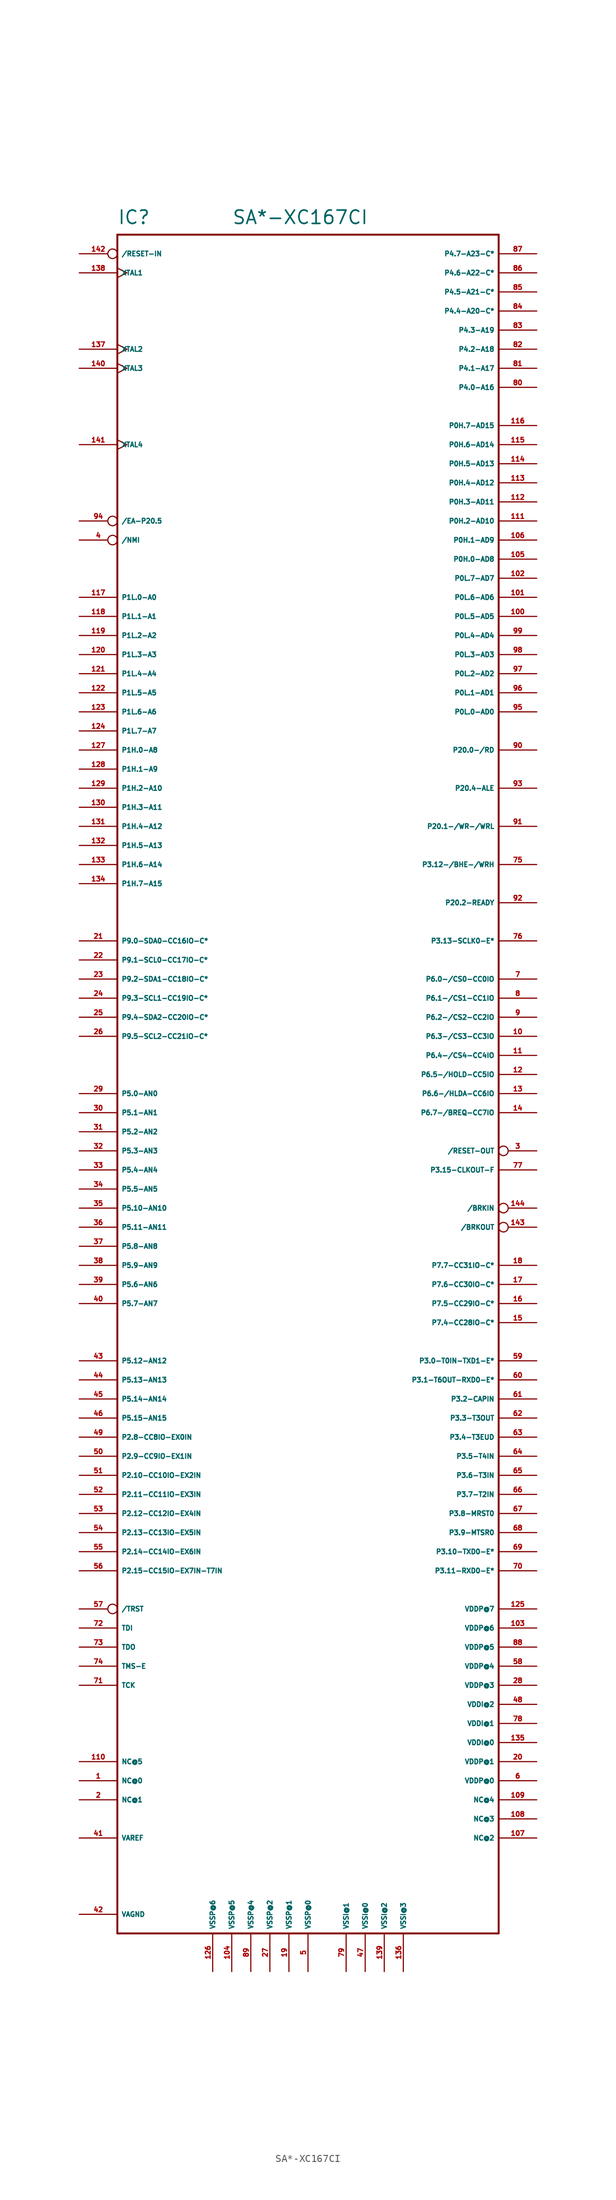
<source format=kicad_sym>
(kicad_symbol_lib
  (version 20220914)
  (generator Eagle2Kicad)
  (symbol "SA*-XC167CI"
    (property "Reference" "IC"
      (at -25.4 120.65 0)
      (effects (font (size 1.778 1.778) (thickness 0.22)) (justify left bottom)))
    (property "Value" "SA*-XC167CI"
      (at -10.16 120.65 0)
      (effects (font (size 1.778 1.778) (thickness 0.22)) (justify left bottom)))
    (polyline
      (pts (xy -25.4 119.38) (xy 25.4 119.38))
      (stroke (width 0.254) (type default))
      (fill (type none)))
    (polyline
      (pts (xy 25.4 119.38) (xy 25.4 -106.68))
      (stroke (width 0.254) (type default))
      (fill (type none)))
    (polyline
      (pts (xy 25.4 -106.68) (xy -25.4 -106.68))
      (stroke (width 0.254) (type default))
      (fill (type none)))
    (polyline
      (pts (xy -25.4 -106.68) (xy -25.4 119.38))
      (stroke (width 0.254) (type default))
      (fill (type none)))
    (pin bidirectional inverted
      (at 30.48 -10.16 180)
      (length 5.08)
      (name "/BRKIN" (effects (font (size 0.635 0.635) (thickness 0.08)) (justify left bottom)))
      (number "144" (effects (font (size 0.635 0.635) (thickness 0.08)) (justify left bottom))))
    (pin bidirectional inverted
      (at 30.48 -12.7 180)
      (length 5.08)
      (name "/BRKOUT" (effects (font (size 0.635 0.635) (thickness 0.08)) (justify left bottom)))
      (number "143" (effects (font (size 0.635 0.635) (thickness 0.08)) (justify left bottom))))
    (pin bidirectional inverted
      (at -30.48 81.28 0)
      (length 5.08)
      (name "/EA-P20.5" (effects (font (size 0.635 0.635) (thickness 0.08)) (justify left bottom)))
      (number "94" (effects (font (size 0.635 0.635) (thickness 0.08)) (justify left bottom))))
    (pin bidirectional inverted
      (at -30.48 78.74 0)
      (length 5.08)
      (name "/NMI" (effects (font (size 0.635 0.635) (thickness 0.08)) (justify left bottom)))
      (number "4" (effects (font (size 0.635 0.635) (thickness 0.08)) (justify left bottom))))
    (pin bidirectional inverted
      (at -30.48 116.84 0)
      (length 5.08)
      (name "/RESET-IN" (effects (font (size 0.635 0.635) (thickness 0.08)) (justify left bottom)))
      (number "142" (effects (font (size 0.635 0.635) (thickness 0.08)) (justify left bottom))))
    (pin bidirectional inverted
      (at 30.48 -2.54 180)
      (length 5.08)
      (name "/RESET-OUT" (effects (font (size 0.635 0.635) (thickness 0.08)) (justify left bottom)))
      (number "3" (effects (font (size 0.635 0.635) (thickness 0.08)) (justify left bottom))))
    (pin bidirectional inverted
      (at -30.48 -63.5 0)
      (length 5.08)
      (name "/TRST" (effects (font (size 0.635 0.635) (thickness 0.08)) (justify left bottom)))
      (number "57" (effects (font (size 0.635 0.635) (thickness 0.08)) (justify left bottom))))
    (pin bidirectional line
      (at -30.48 -86.36 0)
      (length 5.08)
      (name "NC@0" (effects (font (size 0.635 0.635) (thickness 0.08)) (justify left bottom)))
      (number "1" (effects (font (size 0.635 0.635) (thickness 0.08)) (justify left bottom))))
    (pin bidirectional line
      (at -30.48 -88.9 0)
      (length 5.08)
      (name "NC@1" (effects (font (size 0.635 0.635) (thickness 0.08)) (justify left bottom)))
      (number "2" (effects (font (size 0.635 0.635) (thickness 0.08)) (justify left bottom))))
    (pin bidirectional line
      (at 30.48 -93.98 180)
      (length 5.08)
      (name "NC@2" (effects (font (size 0.635 0.635) (thickness 0.08)) (justify left bottom)))
      (number "107" (effects (font (size 0.635 0.635) (thickness 0.08)) (justify left bottom))))
    (pin bidirectional line
      (at 30.48 -91.44 180)
      (length 5.08)
      (name "NC@3" (effects (font (size 0.635 0.635) (thickness 0.08)) (justify left bottom)))
      (number "108" (effects (font (size 0.635 0.635) (thickness 0.08)) (justify left bottom))))
    (pin bidirectional line
      (at 30.48 -88.9 180)
      (length 5.08)
      (name "NC@4" (effects (font (size 0.635 0.635) (thickness 0.08)) (justify left bottom)))
      (number "109" (effects (font (size 0.635 0.635) (thickness 0.08)) (justify left bottom))))
    (pin bidirectional line
      (at -30.48 -83.82 0)
      (length 5.08)
      (name "NC@5" (effects (font (size 0.635 0.635) (thickness 0.08)) (justify left bottom)))
      (number "110" (effects (font (size 0.635 0.635) (thickness 0.08)) (justify left bottom))))
    (pin bidirectional line
      (at 30.48 76.2 180)
      (length 5.08)
      (name "P0H.0-AD8" (effects (font (size 0.635 0.635) (thickness 0.08)) (justify left bottom)))
      (number "105" (effects (font (size 0.635 0.635) (thickness 0.08)) (justify left bottom))))
    (pin bidirectional line
      (at 30.48 78.74 180)
      (length 5.08)
      (name "P0H.1-AD9" (effects (font (size 0.635 0.635) (thickness 0.08)) (justify left bottom)))
      (number "106" (effects (font (size 0.635 0.635) (thickness 0.08)) (justify left bottom))))
    (pin bidirectional line
      (at 30.48 81.28 180)
      (length 5.08)
      (name "P0H.2-AD10" (effects (font (size 0.635 0.635) (thickness 0.08)) (justify left bottom)))
      (number "111" (effects (font (size 0.635 0.635) (thickness 0.08)) (justify left bottom))))
    (pin bidirectional line
      (at 30.48 83.82 180)
      (length 5.08)
      (name "P0H.3-AD11" (effects (font (size 0.635 0.635) (thickness 0.08)) (justify left bottom)))
      (number "112" (effects (font (size 0.635 0.635) (thickness 0.08)) (justify left bottom))))
    (pin bidirectional line
      (at 30.48 86.36 180)
      (length 5.08)
      (name "P0H.4-AD12" (effects (font (size 0.635 0.635) (thickness 0.08)) (justify left bottom)))
      (number "113" (effects (font (size 0.635 0.635) (thickness 0.08)) (justify left bottom))))
    (pin bidirectional line
      (at 30.48 88.9 180)
      (length 5.08)
      (name "P0H.5-AD13" (effects (font (size 0.635 0.635) (thickness 0.08)) (justify left bottom)))
      (number "114" (effects (font (size 0.635 0.635) (thickness 0.08)) (justify left bottom))))
    (pin bidirectional line
      (at 30.48 91.44 180)
      (length 5.08)
      (name "P0H.6-AD14" (effects (font (size 0.635 0.635) (thickness 0.08)) (justify left bottom)))
      (number "115" (effects (font (size 0.635 0.635) (thickness 0.08)) (justify left bottom))))
    (pin bidirectional line
      (at 30.48 93.98 180)
      (length 5.08)
      (name "P0H.7-AD15" (effects (font (size 0.635 0.635) (thickness 0.08)) (justify left bottom)))
      (number "116" (effects (font (size 0.635 0.635) (thickness 0.08)) (justify left bottom))))
    (pin bidirectional line
      (at 30.48 55.88 180)
      (length 5.08)
      (name "P0L.0-AD0" (effects (font (size 0.635 0.635) (thickness 0.08)) (justify left bottom)))
      (number "95" (effects (font (size 0.635 0.635) (thickness 0.08)) (justify left bottom))))
    (pin bidirectional line
      (at 30.48 58.42 180)
      (length 5.08)
      (name "P0L.1-AD1" (effects (font (size 0.635 0.635) (thickness 0.08)) (justify left bottom)))
      (number "96" (effects (font (size 0.635 0.635) (thickness 0.08)) (justify left bottom))))
    (pin bidirectional line
      (at 30.48 60.96 180)
      (length 5.08)
      (name "P0L.2-AD2" (effects (font (size 0.635 0.635) (thickness 0.08)) (justify left bottom)))
      (number "97" (effects (font (size 0.635 0.635) (thickness 0.08)) (justify left bottom))))
    (pin bidirectional line
      (at 30.48 63.5 180)
      (length 5.08)
      (name "P0L.3-AD3" (effects (font (size 0.635 0.635) (thickness 0.08)) (justify left bottom)))
      (number "98" (effects (font (size 0.635 0.635) (thickness 0.08)) (justify left bottom))))
    (pin bidirectional line
      (at 30.48 66.04 180)
      (length 5.08)
      (name "P0L.4-AD4" (effects (font (size 0.635 0.635) (thickness 0.08)) (justify left bottom)))
      (number "99" (effects (font (size 0.635 0.635) (thickness 0.08)) (justify left bottom))))
    (pin bidirectional line
      (at 30.48 68.58 180)
      (length 5.08)
      (name "P0L.5-AD5" (effects (font (size 0.635 0.635) (thickness 0.08)) (justify left bottom)))
      (number "100" (effects (font (size 0.635 0.635) (thickness 0.08)) (justify left bottom))))
    (pin bidirectional line
      (at 30.48 71.12 180)
      (length 5.08)
      (name "P0L.6-AD6" (effects (font (size 0.635 0.635) (thickness 0.08)) (justify left bottom)))
      (number "101" (effects (font (size 0.635 0.635) (thickness 0.08)) (justify left bottom))))
    (pin bidirectional line
      (at 30.48 73.66 180)
      (length 5.08)
      (name "P0L.7-AD7" (effects (font (size 0.635 0.635) (thickness 0.08)) (justify left bottom)))
      (number "102" (effects (font (size 0.635 0.635) (thickness 0.08)) (justify left bottom))))
    (pin bidirectional line
      (at -30.48 50.8 0)
      (length 5.08)
      (name "P1H.0-A8" (effects (font (size 0.635 0.635) (thickness 0.08)) (justify left bottom)))
      (number "127" (effects (font (size 0.635 0.635) (thickness 0.08)) (justify left bottom))))
    (pin bidirectional line
      (at -30.48 48.26 0)
      (length 5.08)
      (name "P1H.1-A9" (effects (font (size 0.635 0.635) (thickness 0.08)) (justify left bottom)))
      (number "128" (effects (font (size 0.635 0.635) (thickness 0.08)) (justify left bottom))))
    (pin bidirectional line
      (at -30.48 45.72 0)
      (length 5.08)
      (name "P1H.2-A10" (effects (font (size 0.635 0.635) (thickness 0.08)) (justify left bottom)))
      (number "129" (effects (font (size 0.635 0.635) (thickness 0.08)) (justify left bottom))))
    (pin bidirectional line
      (at -30.48 43.18 0)
      (length 5.08)
      (name "P1H.3-A11" (effects (font (size 0.635 0.635) (thickness 0.08)) (justify left bottom)))
      (number "130" (effects (font (size 0.635 0.635) (thickness 0.08)) (justify left bottom))))
    (pin bidirectional line
      (at -30.48 40.64 0)
      (length 5.08)
      (name "P1H.4-A12" (effects (font (size 0.635 0.635) (thickness 0.08)) (justify left bottom)))
      (number "131" (effects (font (size 0.635 0.635) (thickness 0.08)) (justify left bottom))))
    (pin bidirectional line
      (at -30.48 38.1 0)
      (length 5.08)
      (name "P1H.5-A13" (effects (font (size 0.635 0.635) (thickness 0.08)) (justify left bottom)))
      (number "132" (effects (font (size 0.635 0.635) (thickness 0.08)) (justify left bottom))))
    (pin bidirectional line
      (at -30.48 35.56 0)
      (length 5.08)
      (name "P1H.6-A14" (effects (font (size 0.635 0.635) (thickness 0.08)) (justify left bottom)))
      (number "133" (effects (font (size 0.635 0.635) (thickness 0.08)) (justify left bottom))))
    (pin bidirectional line
      (at -30.48 33.02 0)
      (length 5.08)
      (name "P1H.7-A15" (effects (font (size 0.635 0.635) (thickness 0.08)) (justify left bottom)))
      (number "134" (effects (font (size 0.635 0.635) (thickness 0.08)) (justify left bottom))))
    (pin bidirectional line
      (at -30.48 71.12 0)
      (length 5.08)
      (name "P1L.0-A0" (effects (font (size 0.635 0.635) (thickness 0.08)) (justify left bottom)))
      (number "117" (effects (font (size 0.635 0.635) (thickness 0.08)) (justify left bottom))))
    (pin bidirectional line
      (at -30.48 68.58 0)
      (length 5.08)
      (name "P1L.1-A1" (effects (font (size 0.635 0.635) (thickness 0.08)) (justify left bottom)))
      (number "118" (effects (font (size 0.635 0.635) (thickness 0.08)) (justify left bottom))))
    (pin bidirectional line
      (at -30.48 66.04 0)
      (length 5.08)
      (name "P1L.2-A2" (effects (font (size 0.635 0.635) (thickness 0.08)) (justify left bottom)))
      (number "119" (effects (font (size 0.635 0.635) (thickness 0.08)) (justify left bottom))))
    (pin bidirectional line
      (at -30.48 63.5 0)
      (length 5.08)
      (name "P1L.3-A3" (effects (font (size 0.635 0.635) (thickness 0.08)) (justify left bottom)))
      (number "120" (effects (font (size 0.635 0.635) (thickness 0.08)) (justify left bottom))))
    (pin bidirectional line
      (at -30.48 60.96 0)
      (length 5.08)
      (name "P1L.4-A4" (effects (font (size 0.635 0.635) (thickness 0.08)) (justify left bottom)))
      (number "121" (effects (font (size 0.635 0.635) (thickness 0.08)) (justify left bottom))))
    (pin bidirectional line
      (at -30.48 58.42 0)
      (length 5.08)
      (name "P1L.5-A5" (effects (font (size 0.635 0.635) (thickness 0.08)) (justify left bottom)))
      (number "122" (effects (font (size 0.635 0.635) (thickness 0.08)) (justify left bottom))))
    (pin bidirectional line
      (at -30.48 55.88 0)
      (length 5.08)
      (name "P1L.6-A6" (effects (font (size 0.635 0.635) (thickness 0.08)) (justify left bottom)))
      (number "123" (effects (font (size 0.635 0.635) (thickness 0.08)) (justify left bottom))))
    (pin bidirectional line
      (at -30.48 53.34 0)
      (length 5.08)
      (name "P1L.7-A7" (effects (font (size 0.635 0.635) (thickness 0.08)) (justify left bottom)))
      (number "124" (effects (font (size 0.635 0.635) (thickness 0.08)) (justify left bottom))))
    (pin bidirectional line
      (at -30.48 -40.64 0)
      (length 5.08)
      (name "P2.8-CC8IO-EX0IN" (effects (font (size 0.635 0.635) (thickness 0.08)) (justify left bottom)))
      (number "49" (effects (font (size 0.635 0.635) (thickness 0.08)) (justify left bottom))))
    (pin bidirectional line
      (at -30.48 -43.18 0)
      (length 5.08)
      (name "P2.9-CC9IO-EX1IN" (effects (font (size 0.635 0.635) (thickness 0.08)) (justify left bottom)))
      (number "50" (effects (font (size 0.635 0.635) (thickness 0.08)) (justify left bottom))))
    (pin bidirectional line
      (at -30.48 -45.72 0)
      (length 5.08)
      (name "P2.10-CC10IO-EX2IN" (effects (font (size 0.635 0.635) (thickness 0.08)) (justify left bottom)))
      (number "51" (effects (font (size 0.635 0.635) (thickness 0.08)) (justify left bottom))))
    (pin bidirectional line
      (at -30.48 -48.26 0)
      (length 5.08)
      (name "P2.11-CC11IO-EX3IN" (effects (font (size 0.635 0.635) (thickness 0.08)) (justify left bottom)))
      (number "52" (effects (font (size 0.635 0.635) (thickness 0.08)) (justify left bottom))))
    (pin bidirectional line
      (at -30.48 -50.8 0)
      (length 5.08)
      (name "P2.12-CC12IO-EX4IN" (effects (font (size 0.635 0.635) (thickness 0.08)) (justify left bottom)))
      (number "53" (effects (font (size 0.635 0.635) (thickness 0.08)) (justify left bottom))))
    (pin bidirectional line
      (at -30.48 -53.34 0)
      (length 5.08)
      (name "P2.13-CC13IO-EX5IN" (effects (font (size 0.635 0.635) (thickness 0.08)) (justify left bottom)))
      (number "54" (effects (font (size 0.635 0.635) (thickness 0.08)) (justify left bottom))))
    (pin bidirectional line
      (at -30.48 -55.88 0)
      (length 5.08)
      (name "P2.14-CC14IO-EX6IN" (effects (font (size 0.635 0.635) (thickness 0.08)) (justify left bottom)))
      (number "55" (effects (font (size 0.635 0.635) (thickness 0.08)) (justify left bottom))))
    (pin bidirectional line
      (at -30.48 -58.42 0)
      (length 5.08)
      (name "P2.15-CC15IO-EX7IN-T7IN" (effects (font (size 0.635 0.635) (thickness 0.08)) (justify left bottom)))
      (number "56" (effects (font (size 0.635 0.635) (thickness 0.08)) (justify left bottom))))
    (pin bidirectional line
      (at 30.48 -30.48 180)
      (length 5.08)
      (name "P3.0-T0IN-TXD1-E*" (effects (font (size 0.635 0.635) (thickness 0.08)) (justify left bottom)))
      (number "59" (effects (font (size 0.635 0.635) (thickness 0.08)) (justify left bottom))))
    (pin bidirectional line
      (at 30.48 -33.02 180)
      (length 5.08)
      (name "P3.1-T6OUT-RXD0-E*" (effects (font (size 0.635 0.635) (thickness 0.08)) (justify left bottom)))
      (number "60" (effects (font (size 0.635 0.635) (thickness 0.08)) (justify left bottom))))
    (pin bidirectional line
      (at 30.48 -35.56 180)
      (length 5.08)
      (name "P3.2-CAPIN" (effects (font (size 0.635 0.635) (thickness 0.08)) (justify left bottom)))
      (number "61" (effects (font (size 0.635 0.635) (thickness 0.08)) (justify left bottom))))
    (pin bidirectional line
      (at 30.48 -38.1 180)
      (length 5.08)
      (name "P3.3-T3OUT" (effects (font (size 0.635 0.635) (thickness 0.08)) (justify left bottom)))
      (number "62" (effects (font (size 0.635 0.635) (thickness 0.08)) (justify left bottom))))
    (pin bidirectional line
      (at 30.48 -40.64 180)
      (length 5.08)
      (name "P3.4-T3EUD" (effects (font (size 0.635 0.635) (thickness 0.08)) (justify left bottom)))
      (number "63" (effects (font (size 0.635 0.635) (thickness 0.08)) (justify left bottom))))
    (pin bidirectional line
      (at 30.48 -43.18 180)
      (length 5.08)
      (name "P3.5-T4IN" (effects (font (size 0.635 0.635) (thickness 0.08)) (justify left bottom)))
      (number "64" (effects (font (size 0.635 0.635) (thickness 0.08)) (justify left bottom))))
    (pin bidirectional line
      (at 30.48 -45.72 180)
      (length 5.08)
      (name "P3.6-T3IN" (effects (font (size 0.635 0.635) (thickness 0.08)) (justify left bottom)))
      (number "65" (effects (font (size 0.635 0.635) (thickness 0.08)) (justify left bottom))))
    (pin bidirectional line
      (at 30.48 -48.26 180)
      (length 5.08)
      (name "P3.7-T2IN" (effects (font (size 0.635 0.635) (thickness 0.08)) (justify left bottom)))
      (number "66" (effects (font (size 0.635 0.635) (thickness 0.08)) (justify left bottom))))
    (pin bidirectional line
      (at 30.48 -50.8 180)
      (length 5.08)
      (name "P3.8-MRST0" (effects (font (size 0.635 0.635) (thickness 0.08)) (justify left bottom)))
      (number "67" (effects (font (size 0.635 0.635) (thickness 0.08)) (justify left bottom))))
    (pin bidirectional line
      (at 30.48 -53.34 180)
      (length 5.08)
      (name "P3.9-MTSR0" (effects (font (size 0.635 0.635) (thickness 0.08)) (justify left bottom)))
      (number "68" (effects (font (size 0.635 0.635) (thickness 0.08)) (justify left bottom))))
    (pin bidirectional line
      (at 30.48 -55.88 180)
      (length 5.08)
      (name "P3.10-TXD0-E*" (effects (font (size 0.635 0.635) (thickness 0.08)) (justify left bottom)))
      (number "69" (effects (font (size 0.635 0.635) (thickness 0.08)) (justify left bottom))))
    (pin bidirectional line
      (at 30.48 -58.42 180)
      (length 5.08)
      (name "P3.11-RXD0-E*" (effects (font (size 0.635 0.635) (thickness 0.08)) (justify left bottom)))
      (number "70" (effects (font (size 0.635 0.635) (thickness 0.08)) (justify left bottom))))
    (pin bidirectional line
      (at 30.48 35.56 180)
      (length 5.08)
      (name "P3.12-/BHE-/WRH" (effects (font (size 0.635 0.635) (thickness 0.08)) (justify left bottom)))
      (number "75" (effects (font (size 0.635 0.635) (thickness 0.08)) (justify left bottom))))
    (pin bidirectional line
      (at 30.48 25.4 180)
      (length 5.08)
      (name "P3.13-SCLK0-E*" (effects (font (size 0.635 0.635) (thickness 0.08)) (justify left bottom)))
      (number "76" (effects (font (size 0.635 0.635) (thickness 0.08)) (justify left bottom))))
    (pin bidirectional line
      (at 30.48 -5.08 180)
      (length 5.08)
      (name "P3.15-CLKOUT-F" (effects (font (size 0.635 0.635) (thickness 0.08)) (justify left bottom)))
      (number "77" (effects (font (size 0.635 0.635) (thickness 0.08)) (justify left bottom))))
    (pin bidirectional line
      (at 30.48 99.06 180)
      (length 5.08)
      (name "P4.0-A16" (effects (font (size 0.635 0.635) (thickness 0.08)) (justify left bottom)))
      (number "80" (effects (font (size 0.635 0.635) (thickness 0.08)) (justify left bottom))))
    (pin bidirectional line
      (at 30.48 101.6 180)
      (length 5.08)
      (name "P4.1-A17" (effects (font (size 0.635 0.635) (thickness 0.08)) (justify left bottom)))
      (number "81" (effects (font (size 0.635 0.635) (thickness 0.08)) (justify left bottom))))
    (pin bidirectional line
      (at 30.48 104.14 180)
      (length 5.08)
      (name "P4.2-A18" (effects (font (size 0.635 0.635) (thickness 0.08)) (justify left bottom)))
      (number "82" (effects (font (size 0.635 0.635) (thickness 0.08)) (justify left bottom))))
    (pin bidirectional line
      (at 30.48 106.68 180)
      (length 5.08)
      (name "P4.3-A19" (effects (font (size 0.635 0.635) (thickness 0.08)) (justify left bottom)))
      (number "83" (effects (font (size 0.635 0.635) (thickness 0.08)) (justify left bottom))))
    (pin bidirectional line
      (at 30.48 109.22 180)
      (length 5.08)
      (name "P4.4-A20-C*" (effects (font (size 0.635 0.635) (thickness 0.08)) (justify left bottom)))
      (number "84" (effects (font (size 0.635 0.635) (thickness 0.08)) (justify left bottom))))
    (pin bidirectional line
      (at 30.48 111.76 180)
      (length 5.08)
      (name "P4.5-A21-C*" (effects (font (size 0.635 0.635) (thickness 0.08)) (justify left bottom)))
      (number "85" (effects (font (size 0.635 0.635) (thickness 0.08)) (justify left bottom))))
    (pin bidirectional line
      (at 30.48 114.3 180)
      (length 5.08)
      (name "P4.6-A22-C*" (effects (font (size 0.635 0.635) (thickness 0.08)) (justify left bottom)))
      (number "86" (effects (font (size 0.635 0.635) (thickness 0.08)) (justify left bottom))))
    (pin bidirectional line
      (at 30.48 116.84 180)
      (length 5.08)
      (name "P4.7-A23-C*" (effects (font (size 0.635 0.635) (thickness 0.08)) (justify left bottom)))
      (number "87" (effects (font (size 0.635 0.635) (thickness 0.08)) (justify left bottom))))
    (pin bidirectional line
      (at -30.48 5.08 0)
      (length 5.08)
      (name "P5.0-AN0" (effects (font (size 0.635 0.635) (thickness 0.08)) (justify left bottom)))
      (number "29" (effects (font (size 0.635 0.635) (thickness 0.08)) (justify left bottom))))
    (pin bidirectional line
      (at -30.48 2.54 0)
      (length 5.08)
      (name "P5.1-AN1" (effects (font (size 0.635 0.635) (thickness 0.08)) (justify left bottom)))
      (number "30" (effects (font (size 0.635 0.635) (thickness 0.08)) (justify left bottom))))
    (pin bidirectional line
      (at -30.48 0 0)
      (length 5.08)
      (name "P5.2-AN2" (effects (font (size 0.635 0.635) (thickness 0.08)) (justify left bottom)))
      (number "31" (effects (font (size 0.635 0.635) (thickness 0.08)) (justify left bottom))))
    (pin bidirectional line
      (at -30.48 -2.54 0)
      (length 5.08)
      (name "P5.3-AN3" (effects (font (size 0.635 0.635) (thickness 0.08)) (justify left bottom)))
      (number "32" (effects (font (size 0.635 0.635) (thickness 0.08)) (justify left bottom))))
    (pin bidirectional line
      (at -30.48 -5.08 0)
      (length 5.08)
      (name "P5.4-AN4" (effects (font (size 0.635 0.635) (thickness 0.08)) (justify left bottom)))
      (number "33" (effects (font (size 0.635 0.635) (thickness 0.08)) (justify left bottom))))
    (pin bidirectional line
      (at -30.48 -7.62 0)
      (length 5.08)
      (name "P5.5-AN5" (effects (font (size 0.635 0.635) (thickness 0.08)) (justify left bottom)))
      (number "34" (effects (font (size 0.635 0.635) (thickness 0.08)) (justify left bottom))))
    (pin bidirectional line
      (at -30.48 -20.32 0)
      (length 5.08)
      (name "P5.6-AN6" (effects (font (size 0.635 0.635) (thickness 0.08)) (justify left bottom)))
      (number "39" (effects (font (size 0.635 0.635) (thickness 0.08)) (justify left bottom))))
    (pin bidirectional line
      (at -30.48 -22.86 0)
      (length 5.08)
      (name "P5.7-AN7" (effects (font (size 0.635 0.635) (thickness 0.08)) (justify left bottom)))
      (number "40" (effects (font (size 0.635 0.635) (thickness 0.08)) (justify left bottom))))
    (pin bidirectional line
      (at -30.48 -15.24 0)
      (length 5.08)
      (name "P5.8-AN8" (effects (font (size 0.635 0.635) (thickness 0.08)) (justify left bottom)))
      (number "37" (effects (font (size 0.635 0.635) (thickness 0.08)) (justify left bottom))))
    (pin bidirectional line
      (at -30.48 -17.78 0)
      (length 5.08)
      (name "P5.9-AN9" (effects (font (size 0.635 0.635) (thickness 0.08)) (justify left bottom)))
      (number "38" (effects (font (size 0.635 0.635) (thickness 0.08)) (justify left bottom))))
    (pin bidirectional line
      (at -30.48 -10.16 0)
      (length 5.08)
      (name "P5.10-AN10" (effects (font (size 0.635 0.635) (thickness 0.08)) (justify left bottom)))
      (number "35" (effects (font (size 0.635 0.635) (thickness 0.08)) (justify left bottom))))
    (pin bidirectional line
      (at -30.48 -12.7 0)
      (length 5.08)
      (name "P5.11-AN11" (effects (font (size 0.635 0.635) (thickness 0.08)) (justify left bottom)))
      (number "36" (effects (font (size 0.635 0.635) (thickness 0.08)) (justify left bottom))))
    (pin bidirectional line
      (at -30.48 -30.48 0)
      (length 5.08)
      (name "P5.12-AN12" (effects (font (size 0.635 0.635) (thickness 0.08)) (justify left bottom)))
      (number "43" (effects (font (size 0.635 0.635) (thickness 0.08)) (justify left bottom))))
    (pin bidirectional line
      (at -30.48 -33.02 0)
      (length 5.08)
      (name "P5.13-AN13" (effects (font (size 0.635 0.635) (thickness 0.08)) (justify left bottom)))
      (number "44" (effects (font (size 0.635 0.635) (thickness 0.08)) (justify left bottom))))
    (pin bidirectional line
      (at -30.48 -35.56 0)
      (length 5.08)
      (name "P5.14-AN14" (effects (font (size 0.635 0.635) (thickness 0.08)) (justify left bottom)))
      (number "45" (effects (font (size 0.635 0.635) (thickness 0.08)) (justify left bottom))))
    (pin bidirectional line
      (at -30.48 -38.1 0)
      (length 5.08)
      (name "P5.15-AN15" (effects (font (size 0.635 0.635) (thickness 0.08)) (justify left bottom)))
      (number "46" (effects (font (size 0.635 0.635) (thickness 0.08)) (justify left bottom))))
    (pin bidirectional line
      (at 30.48 20.32 180)
      (length 5.08)
      (name "P6.0-/CS0-CC0IO" (effects (font (size 0.635 0.635) (thickness 0.08)) (justify left bottom)))
      (number "7" (effects (font (size 0.635 0.635) (thickness 0.08)) (justify left bottom))))
    (pin bidirectional line
      (at 30.48 17.78 180)
      (length 5.08)
      (name "P6.1-/CS1-CC1IO" (effects (font (size 0.635 0.635) (thickness 0.08)) (justify left bottom)))
      (number "8" (effects (font (size 0.635 0.635) (thickness 0.08)) (justify left bottom))))
    (pin bidirectional line
      (at 30.48 15.24 180)
      (length 5.08)
      (name "P6.2-/CS2-CC2IO" (effects (font (size 0.635 0.635) (thickness 0.08)) (justify left bottom)))
      (number "9" (effects (font (size 0.635 0.635) (thickness 0.08)) (justify left bottom))))
    (pin bidirectional line
      (at 30.48 12.7 180)
      (length 5.08)
      (name "P6.3-/CS3-CC3IO" (effects (font (size 0.635 0.635) (thickness 0.08)) (justify left bottom)))
      (number "10" (effects (font (size 0.635 0.635) (thickness 0.08)) (justify left bottom))))
    (pin bidirectional line
      (at 30.48 10.16 180)
      (length 5.08)
      (name "P6.4-/CS4-CC4IO" (effects (font (size 0.635 0.635) (thickness 0.08)) (justify left bottom)))
      (number "11" (effects (font (size 0.635 0.635) (thickness 0.08)) (justify left bottom))))
    (pin bidirectional line
      (at 30.48 7.62 180)
      (length 5.08)
      (name "P6.5-/HOLD-CC5IO" (effects (font (size 0.635 0.635) (thickness 0.08)) (justify left bottom)))
      (number "12" (effects (font (size 0.635 0.635) (thickness 0.08)) (justify left bottom))))
    (pin bidirectional line
      (at 30.48 5.08 180)
      (length 5.08)
      (name "P6.6-/HLDA-CC6IO" (effects (font (size 0.635 0.635) (thickness 0.08)) (justify left bottom)))
      (number "13" (effects (font (size 0.635 0.635) (thickness 0.08)) (justify left bottom))))
    (pin bidirectional line
      (at 30.48 2.54 180)
      (length 5.08)
      (name "P6.7-/BREQ-CC7IO" (effects (font (size 0.635 0.635) (thickness 0.08)) (justify left bottom)))
      (number "14" (effects (font (size 0.635 0.635) (thickness 0.08)) (justify left bottom))))
    (pin bidirectional line
      (at 30.48 -25.4 180)
      (length 5.08)
      (name "P7.4-CC28IO-C*" (effects (font (size 0.635 0.635) (thickness 0.08)) (justify left bottom)))
      (number "15" (effects (font (size 0.635 0.635) (thickness 0.08)) (justify left bottom))))
    (pin bidirectional line
      (at 30.48 -22.86 180)
      (length 5.08)
      (name "P7.5-CC29IO-C*" (effects (font (size 0.635 0.635) (thickness 0.08)) (justify left bottom)))
      (number "16" (effects (font (size 0.635 0.635) (thickness 0.08)) (justify left bottom))))
    (pin bidirectional line
      (at 30.48 -20.32 180)
      (length 5.08)
      (name "P7.6-CC30IO-C*" (effects (font (size 0.635 0.635) (thickness 0.08)) (justify left bottom)))
      (number "17" (effects (font (size 0.635 0.635) (thickness 0.08)) (justify left bottom))))
    (pin bidirectional line
      (at 30.48 -17.78 180)
      (length 5.08)
      (name "P7.7-CC31IO-C*" (effects (font (size 0.635 0.635) (thickness 0.08)) (justify left bottom)))
      (number "18" (effects (font (size 0.635 0.635) (thickness 0.08)) (justify left bottom))))
    (pin bidirectional line
      (at -30.48 25.4 0)
      (length 5.08)
      (name "P9.0-SDA0-CC16IO-C*" (effects (font (size 0.635 0.635) (thickness 0.08)) (justify left bottom)))
      (number "21" (effects (font (size 0.635 0.635) (thickness 0.08)) (justify left bottom))))
    (pin bidirectional line
      (at -30.48 22.86 0)
      (length 5.08)
      (name "P9.1-SCL0-CC17IO-C*" (effects (font (size 0.635 0.635) (thickness 0.08)) (justify left bottom)))
      (number "22" (effects (font (size 0.635 0.635) (thickness 0.08)) (justify left bottom))))
    (pin bidirectional line
      (at -30.48 20.32 0)
      (length 5.08)
      (name "P9.2-SDA1-CC18IO-C*" (effects (font (size 0.635 0.635) (thickness 0.08)) (justify left bottom)))
      (number "23" (effects (font (size 0.635 0.635) (thickness 0.08)) (justify left bottom))))
    (pin bidirectional line
      (at -30.48 17.78 0)
      (length 5.08)
      (name "P9.3-SCL1-CC19IO-C*" (effects (font (size 0.635 0.635) (thickness 0.08)) (justify left bottom)))
      (number "24" (effects (font (size 0.635 0.635) (thickness 0.08)) (justify left bottom))))
    (pin bidirectional line
      (at -30.48 15.24 0)
      (length 5.08)
      (name "P9.4-SDA2-CC20IO-C*" (effects (font (size 0.635 0.635) (thickness 0.08)) (justify left bottom)))
      (number "25" (effects (font (size 0.635 0.635) (thickness 0.08)) (justify left bottom))))
    (pin bidirectional line
      (at -30.48 12.7 0)
      (length 5.08)
      (name "P9.5-SCL2-CC21IO-C*" (effects (font (size 0.635 0.635) (thickness 0.08)) (justify left bottom)))
      (number "26" (effects (font (size 0.635 0.635) (thickness 0.08)) (justify left bottom))))
    (pin bidirectional line
      (at 30.48 50.8 180)
      (length 5.08)
      (name "P20.0-/RD" (effects (font (size 0.635 0.635) (thickness 0.08)) (justify left bottom)))
      (number "90" (effects (font (size 0.635 0.635) (thickness 0.08)) (justify left bottom))))
    (pin bidirectional line
      (at 30.48 40.64 180)
      (length 5.08)
      (name "P20.1-/WR-/WRL" (effects (font (size 0.635 0.635) (thickness 0.08)) (justify left bottom)))
      (number "91" (effects (font (size 0.635 0.635) (thickness 0.08)) (justify left bottom))))
    (pin bidirectional line
      (at 30.48 30.48 180)
      (length 5.08)
      (name "P20.2-READY" (effects (font (size 0.635 0.635) (thickness 0.08)) (justify left bottom)))
      (number "92" (effects (font (size 0.635 0.635) (thickness 0.08)) (justify left bottom))))
    (pin bidirectional line
      (at 30.48 45.72 180)
      (length 5.08)
      (name "P20.4-ALE" (effects (font (size 0.635 0.635) (thickness 0.08)) (justify left bottom)))
      (number "93" (effects (font (size 0.635 0.635) (thickness 0.08)) (justify left bottom))))
    (pin bidirectional line
      (at -30.48 -73.66 0)
      (length 5.08)
      (name "TCK" (effects (font (size 0.635 0.635) (thickness 0.08)) (justify left bottom)))
      (number "71" (effects (font (size 0.635 0.635) (thickness 0.08)) (justify left bottom))))
    (pin bidirectional line
      (at -30.48 -66.04 0)
      (length 5.08)
      (name "TDI" (effects (font (size 0.635 0.635) (thickness 0.08)) (justify left bottom)))
      (number "72" (effects (font (size 0.635 0.635) (thickness 0.08)) (justify left bottom))))
    (pin bidirectional line
      (at -30.48 -68.58 0)
      (length 5.08)
      (name "TDO" (effects (font (size 0.635 0.635) (thickness 0.08)) (justify left bottom)))
      (number "73" (effects (font (size 0.635 0.635) (thickness 0.08)) (justify left bottom))))
    (pin bidirectional line
      (at -30.48 -71.12 0)
      (length 5.08)
      (name "TMS-E" (effects (font (size 0.635 0.635) (thickness 0.08)) (justify left bottom)))
      (number "74" (effects (font (size 0.635 0.635) (thickness 0.08)) (justify left bottom))))
    (pin bidirectional line
      (at -30.48 -104.14 0)
      (length 5.08)
      (name "VAGND" (effects (font (size 0.635 0.635) (thickness 0.08)) (justify left bottom)))
      (number "42" (effects (font (size 0.635 0.635) (thickness 0.08)) (justify left bottom))))
    (pin bidirectional line
      (at -30.48 -93.98 0)
      (length 5.08)
      (name "VAREF" (effects (font (size 0.635 0.635) (thickness 0.08)) (justify left bottom)))
      (number "41" (effects (font (size 0.635 0.635) (thickness 0.08)) (justify left bottom))))
    (pin unspecified line
      (at 30.48 -81.28 180)
      (length 5.08)
      (name "VDDI@0" (effects (font (size 0.635 0.635) (thickness 0.08)) (justify left bottom)))
      (number "135" (effects (font (size 0.635 0.635) (thickness 0.08)) (justify left bottom))))
    (pin unspecified line
      (at 30.48 -78.74 180)
      (length 5.08)
      (name "VDDI@1" (effects (font (size 0.635 0.635) (thickness 0.08)) (justify left bottom)))
      (number "78" (effects (font (size 0.635 0.635) (thickness 0.08)) (justify left bottom))))
    (pin unspecified line
      (at 30.48 -76.2 180)
      (length 5.08)
      (name "VDDI@2" (effects (font (size 0.635 0.635) (thickness 0.08)) (justify left bottom)))
      (number "48" (effects (font (size 0.635 0.635) (thickness 0.08)) (justify left bottom))))
    (pin unspecified line
      (at 30.48 -86.36 180)
      (length 5.08)
      (name "VDDP@0" (effects (font (size 0.635 0.635) (thickness 0.08)) (justify left bottom)))
      (number "6" (effects (font (size 0.635 0.635) (thickness 0.08)) (justify left bottom))))
    (pin unspecified line
      (at 30.48 -83.82 180)
      (length 5.08)
      (name "VDDP@1" (effects (font (size 0.635 0.635) (thickness 0.08)) (justify left bottom)))
      (number "20" (effects (font (size 0.635 0.635) (thickness 0.08)) (justify left bottom))))
    (pin unspecified line
      (at 30.48 -73.66 180)
      (length 5.08)
      (name "VDDP@3" (effects (font (size 0.635 0.635) (thickness 0.08)) (justify left bottom)))
      (number "28" (effects (font (size 0.635 0.635) (thickness 0.08)) (justify left bottom))))
    (pin unspecified line
      (at 30.48 -71.12 180)
      (length 5.08)
      (name "VDDP@4" (effects (font (size 0.635 0.635) (thickness 0.08)) (justify left bottom)))
      (number "58" (effects (font (size 0.635 0.635) (thickness 0.08)) (justify left bottom))))
    (pin unspecified line
      (at 30.48 -68.58 180)
      (length 5.08)
      (name "VDDP@5" (effects (font (size 0.635 0.635) (thickness 0.08)) (justify left bottom)))
      (number "88" (effects (font (size 0.635 0.635) (thickness 0.08)) (justify left bottom))))
    (pin unspecified line
      (at 30.48 -66.04 180)
      (length 5.08)
      (name "VDDP@6" (effects (font (size 0.635 0.635) (thickness 0.08)) (justify left bottom)))
      (number "103" (effects (font (size 0.635 0.635) (thickness 0.08)) (justify left bottom))))
    (pin unspecified line
      (at 30.48 -63.5 180)
      (length 5.08)
      (name "VDDP@7" (effects (font (size 0.635 0.635) (thickness 0.08)) (justify left bottom)))
      (number "125" (effects (font (size 0.635 0.635) (thickness 0.08)) (justify left bottom))))
    (pin unspecified line
      (at 7.62 -111.76 90)
      (length 5.08)
      (name "VSSI@0" (effects (font (size 0.635 0.635) (thickness 0.08)) (justify left bottom)))
      (number "47" (effects (font (size 0.635 0.635) (thickness 0.08)) (justify left bottom))))
    (pin unspecified line
      (at 5.08 -111.76 90)
      (length 5.08)
      (name "VSSI@1" (effects (font (size 0.635 0.635) (thickness 0.08)) (justify left bottom)))
      (number "79" (effects (font (size 0.635 0.635) (thickness 0.08)) (justify left bottom))))
    (pin unspecified line
      (at 10.16 -111.76 90)
      (length 5.08)
      (name "VSSI@2" (effects (font (size 0.635 0.635) (thickness 0.08)) (justify left bottom)))
      (number "139" (effects (font (size 0.635 0.635) (thickness 0.08)) (justify left bottom))))
    (pin unspecified line
      (at 12.7 -111.76 90)
      (length 5.08)
      (name "VSSI@3" (effects (font (size 0.635 0.635) (thickness 0.08)) (justify left bottom)))
      (number "136" (effects (font (size 0.635 0.635) (thickness 0.08)) (justify left bottom))))
    (pin unspecified line
      (at 0 -111.76 90)
      (length 5.08)
      (name "VSSP@0" (effects (font (size 0.635 0.635) (thickness 0.08)) (justify left bottom)))
      (number "5" (effects (font (size 0.635 0.635) (thickness 0.08)) (justify left bottom))))
    (pin unspecified line
      (at -2.54 -111.76 90)
      (length 5.08)
      (name "VSSP@1" (effects (font (size 0.635 0.635) (thickness 0.08)) (justify left bottom)))
      (number "19" (effects (font (size 0.635 0.635) (thickness 0.08)) (justify left bottom))))
    (pin unspecified line
      (at -5.08 -111.76 90)
      (length 5.08)
      (name "VSSP@2" (effects (font (size 0.635 0.635) (thickness 0.08)) (justify left bottom)))
      (number "27" (effects (font (size 0.635 0.635) (thickness 0.08)) (justify left bottom))))
    (pin unspecified line
      (at -7.62 -111.76 90)
      (length 5.08)
      (name "VSSP@4" (effects (font (size 0.635 0.635) (thickness 0.08)) (justify left bottom)))
      (number "89" (effects (font (size 0.635 0.635) (thickness 0.08)) (justify left bottom))))
    (pin unspecified line
      (at -10.16 -111.76 90)
      (length 5.08)
      (name "VSSP@5" (effects (font (size 0.635 0.635) (thickness 0.08)) (justify left bottom)))
      (number "104" (effects (font (size 0.635 0.635) (thickness 0.08)) (justify left bottom))))
    (pin unspecified line
      (at -12.7 -111.76 90)
      (length 5.08)
      (name "VSSP@6" (effects (font (size 0.635 0.635) (thickness 0.08)) (justify left bottom)))
      (number "126" (effects (font (size 0.635 0.635) (thickness 0.08)) (justify left bottom))))
    (pin bidirectional clock
      (at -30.48 114.3 0)
      (length 5.08)
      (name "XTAL1" (effects (font (size 0.635 0.635) (thickness 0.08)) (justify left bottom)))
      (number "138" (effects (font (size 0.635 0.635) (thickness 0.08)) (justify left bottom))))
    (pin bidirectional clock
      (at -30.48 104.14 0)
      (length 5.08)
      (name "XTAL2" (effects (font (size 0.635 0.635) (thickness 0.08)) (justify left bottom)))
      (number "137" (effects (font (size 0.635 0.635) (thickness 0.08)) (justify left bottom))))
    (pin bidirectional clock
      (at -30.48 101.6 0)
      (length 5.08)
      (name "XTAL3" (effects (font (size 0.635 0.635) (thickness 0.08)) (justify left bottom)))
      (number "140" (effects (font (size 0.635 0.635) (thickness 0.08)) (justify left bottom))))
    (pin bidirectional clock
      (at -30.48 91.44 0)
      (length 5.08)
      (name "XTAL4" (effects (font (size 0.635 0.635) (thickness 0.08)) (justify left bottom)))
      (number "141" (effects (font (size 0.635 0.635) (thickness 0.08)) (justify left bottom))))))
</source>
